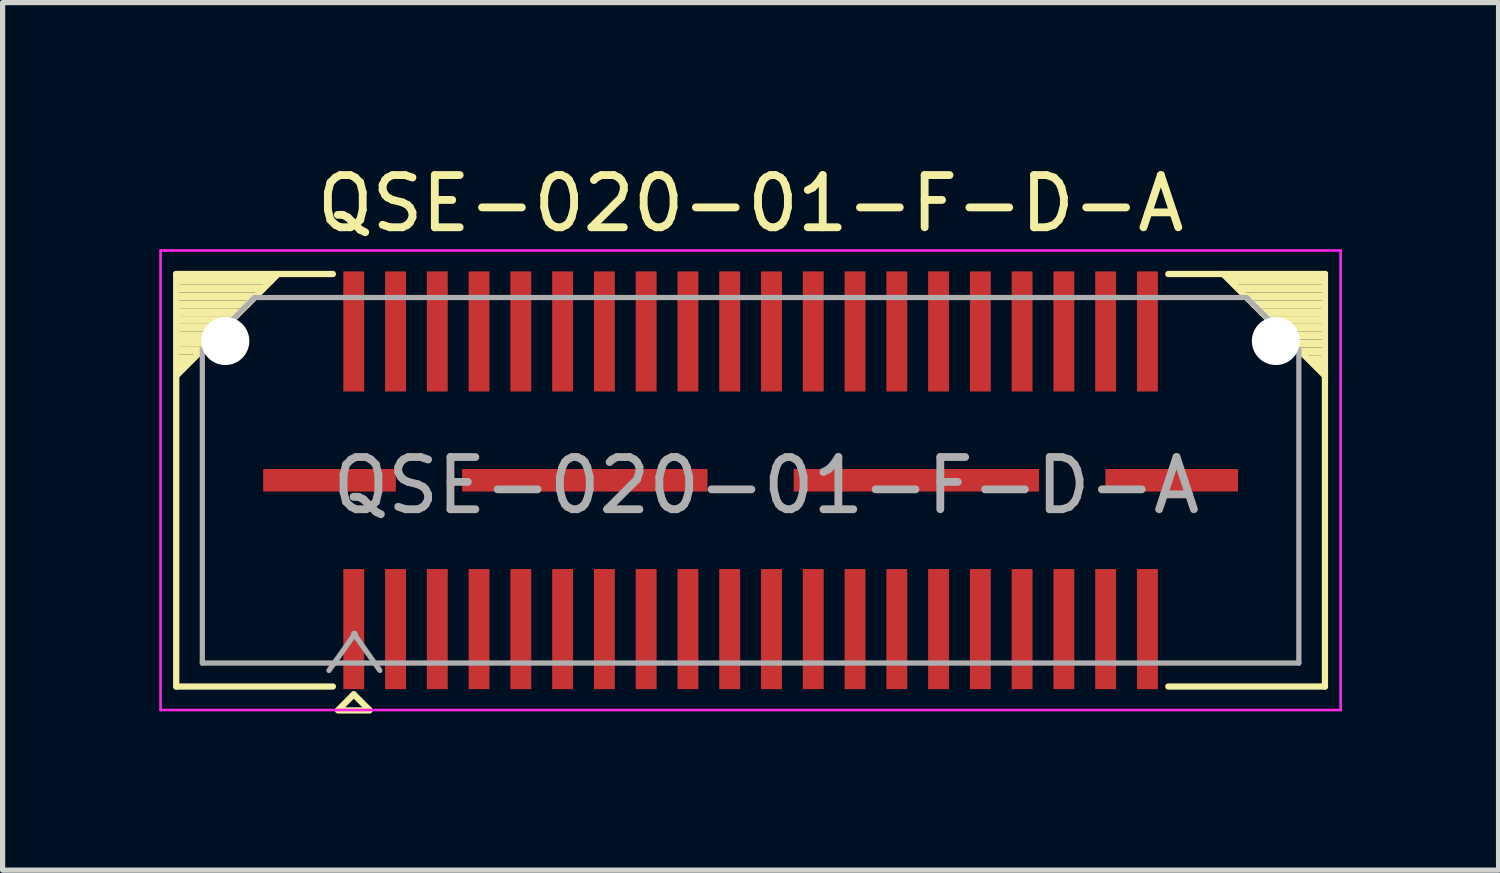
<source format=kicad_pcb>
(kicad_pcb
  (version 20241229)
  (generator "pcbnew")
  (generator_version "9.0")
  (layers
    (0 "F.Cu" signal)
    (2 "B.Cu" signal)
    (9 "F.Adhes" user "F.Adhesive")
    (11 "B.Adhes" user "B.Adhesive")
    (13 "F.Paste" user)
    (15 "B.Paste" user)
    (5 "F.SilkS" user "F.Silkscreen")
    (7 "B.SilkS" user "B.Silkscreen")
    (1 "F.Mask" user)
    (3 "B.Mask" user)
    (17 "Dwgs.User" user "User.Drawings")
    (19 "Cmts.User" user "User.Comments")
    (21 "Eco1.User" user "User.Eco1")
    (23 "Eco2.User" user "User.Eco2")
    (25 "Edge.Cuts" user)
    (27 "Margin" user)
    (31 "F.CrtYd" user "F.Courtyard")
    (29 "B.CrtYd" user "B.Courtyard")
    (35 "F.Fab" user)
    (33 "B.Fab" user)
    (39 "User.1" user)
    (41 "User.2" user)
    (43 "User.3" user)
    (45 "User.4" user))
  (footprint "QSE-020-01-F-D-A"
    (layer "F.Cu")
    (at 11.325 6.148)
    (property "Reference" "QSE-020-01-F-D-A" (at 0 -5.3 0) (layer "F.SilkS") (effects (font (size 1 1) (thickness 0.15))))
    (attr smd)
    (fp_line (start -11 -3.95) (end -11 3.95) (stroke (width 0.12) (type solid)) (layer "F.SilkS"))
    (fp_line (start -11 -2) (end -9.05 -3.95) (stroke (width 0.12) (type solid)) (layer "F.SilkS"))
    (fp_line (start -11 3.95) (end -8 3.95) (stroke (width 0.12) (type solid)) (layer "F.SilkS"))
    (fp_line (start -10.97 -3.22) (end -9.83 -3.22) (stroke (width 0.15) (type solid)) (layer "F.SilkS"))
    (fp_line (start -10.97 -2.77) (end -10.28 -2.77) (stroke (width 0.15) (type solid)) (layer "F.SilkS"))
    (fp_line (start -10.97 -2.33) (end -10.72 -2.33) (stroke (width 0.15) (type solid)) (layer "F.SilkS"))
    (fp_line (start -10.97 -2.19) (end -10.85 -2.19) (stroke (width 0.15) (type solid)) (layer "F.SilkS"))
    (fp_line (start -10.96 -3.52) (end -9.5 -3.52) (stroke (width 0.15) (type solid)) (layer "F.SilkS"))
    (fp_line (start -10.96 -3.37) (end -9.65 -3.37) (stroke (width 0.15) (type solid)) (layer "F.SilkS"))
    (fp_line (start -10.96 -3.07) (end -9.95 -3.07) (stroke (width 0.15) (type solid)) (layer "F.SilkS"))
    (fp_line (start -10.96 -2.92) (end -10.1 -2.92) (stroke (width 0.15) (type solid)) (layer "F.SilkS"))
    (fp_line (start -10.96 -2.63) (end -10.42 -2.63) (stroke (width 0.15) (type solid)) (layer "F.SilkS"))
    (fp_line (start -10.95 -3.82) (end -9.2 -3.82) (stroke (width 0.15) (type solid)) (layer "F.SilkS"))
    (fp_line (start -10.95 -3.67) (end -9.35 -3.67) (stroke (width 0.15) (type solid)) (layer "F.SilkS"))
    (fp_line (start -10.95 -2.48) (end -10.58 -2.48) (stroke (width 0.15) (type solid)) (layer "F.SilkS"))
    (fp_line (start -8 -3.95) (end -11 -3.95) (stroke (width 0.12) (type solid)) (layer "F.SilkS"))
    (fp_line (start -7.9 4.407) (end -7.3 4.407) (stroke (width 0.12) (type solid)) (layer "F.SilkS"))
    (fp_line (start -7.6 4.1) (end -7.9 4.4) (stroke (width 0.12) (type solid)) (layer "F.SilkS"))
    (fp_line (start -7.6 4.1) (end -7.3 4.4) (stroke (width 0.12) (type solid)) (layer "F.SilkS"))
    (fp_line (start 8 -3.95) (end 11 -3.95) (stroke (width 0.12) (type solid)) (layer "F.SilkS"))
    (fp_line (start 9.22 -3.82) (end 10.96 -3.82) (stroke (width 0.15) (type solid)) (layer "F.SilkS"))
    (fp_line (start 9.37 -3.67) (end 10.96 -3.67) (stroke (width 0.15) (type solid)) (layer "F.SilkS"))
    (fp_line (start 10.94 -3.52) (end 9.5 -3.52) (stroke (width 0.15) (type solid)) (layer "F.SilkS"))
    (fp_line (start 10.94 -3.22) (end 9.8 -3.22) (stroke (width 0.15) (type solid)) (layer "F.SilkS"))
    (fp_line (start 10.94 -3.07) (end 9.95 -3.07) (stroke (width 0.15) (type solid)) (layer "F.SilkS"))
    (fp_line (start 10.95 -2.62) (end 10.41 -2.62) (stroke (width 0.15) (type solid)) (layer "F.SilkS"))
    (fp_line (start 10.95 -2.32) (end 10.72 -2.32) (stroke (width 0.15) (type solid)) (layer "F.SilkS"))
    (fp_line (start 10.96 -2.47) (end 10.55 -2.47) (stroke (width 0.15) (type solid)) (layer "F.SilkS"))
    (fp_line (start 10.97 -2.92) (end 10.1 -2.92) (stroke (width 0.15) (type solid)) (layer "F.SilkS"))
    (fp_line (start 10.98 -3.37) (end 9.65 -3.37) (stroke (width 0.15) (type solid)) (layer "F.SilkS"))
    (fp_line (start 10.98 -2.77) (end 10.26 -2.77) (stroke (width 0.15) (type solid)) (layer "F.SilkS"))
    (fp_line (start 10.98 -2.19) (end 10.85 -2.19) (stroke (width 0.15) (type solid)) (layer "F.SilkS"))
    (fp_line (start 11 -3.95) (end 11 3.95) (stroke (width 0.12) (type solid)) (layer "F.SilkS"))
    (fp_line (start 11 -2) (end 9.05 -3.95) (stroke (width 0.12) (type solid)) (layer "F.SilkS"))
    (fp_line (start 11 3.95) (end 8 3.95) (stroke (width 0.12) (type solid)) (layer "F.SilkS"))
    (fp_line (start -11.3 -4.4) (end 11.3 -4.4) (stroke (width 0.05) (type solid)) (layer "F.CrtYd"))
    (fp_line (start -11.3 4.4) (end -11.3 -4.4) (stroke (width 0.05) (type solid)) (layer "F.CrtYd"))
    (fp_line (start -11.3 4.4) (end 11.3 4.4) (stroke (width 0.05) (type solid)) (layer "F.CrtYd"))
    (fp_line (start 11.3 -4.4) (end 11.3 4.4) (stroke (width 0.05) (type solid)) (layer "F.CrtYd"))
    (fp_line (start -10.5 -2.5) (end -10.5 3.5) (stroke (width 0.1) (type solid)) (layer "F.Fab"))
    (fp_line (start -10.5 3.5) (end 10.5 3.5) (stroke (width 0.1) (type solid)) (layer "F.Fab"))
    (fp_line (start -9.5 -3.5) (end -10.5 -2.5) (stroke (width 0.1) (type solid)) (layer "F.Fab"))
    (fp_line (start -9.5 -3.5) (end 9.5 -3.5) (stroke (width 0.1) (type solid)) (layer "F.Fab"))
    (fp_line (start -8.075 3.642) (end -7.575 2.935) (stroke (width 0.1) (type solid)) (layer "F.Fab"))
    (fp_line (start -7.6 2.935) (end -7.1 3.642) (stroke (width 0.1) (type solid)) (layer "F.Fab"))
    (fp_line (start 9.5 -3.5) (end 10.5 -2.5) (stroke (width 0.1) (type solid)) (layer "F.Fab"))
    (fp_line (start 10.5 3.5) (end 10.5 -2.5) (stroke (width 0.1) (type solid)) (layer "F.Fab"))
    (fp_text user "${REFERENCE}" (at 0.3 0.1 0) (layer "F.Fab") (effects (font (size 1 1) (thickness 0.15))))
    (pad "" np_thru_hole circle (at -10.06 -2.667) (size 0.92 0.92) (drill 0.92) (layers "*.Cu" "*.Mask"))
    (pad "" np_thru_hole circle (at 10.06 -2.667) (size 0.92 0.92) (drill 0.92) (layers "*.Cu" "*.Mask"))
    (pad "1" smd rect (at -7.6 2.85) (size 0.4 2.3) (layers "F.Cu" "F.Mask" "F.Paste"))
    (pad "2" smd rect (at -7.6 -2.85) (size 0.4 2.3) (layers "F.Cu" "F.Mask" "F.Paste"))
    (pad "3" smd rect (at -6.8 2.85) (size 0.4 2.3) (layers "F.Cu" "F.Mask" "F.Paste"))
    (pad "4" smd rect (at -6.8 -2.85) (size 0.4 2.3) (layers "F.Cu" "F.Mask" "F.Paste"))
    (pad "5" smd rect (at -6 2.85) (size 0.4 2.3) (layers "F.Cu" "F.Mask" "F.Paste"))
    (pad "6" smd rect (at -6 -2.85) (size 0.4 2.3) (layers "F.Cu" "F.Mask" "F.Paste"))
    (pad "7" smd rect (at -5.2 2.85) (size 0.4 2.3) (layers "F.Cu" "F.Mask" "F.Paste"))
    (pad "8" smd rect (at -5.2 -2.85) (size 0.4 2.3) (layers "F.Cu" "F.Mask" "F.Paste"))
    (pad "9" smd rect (at -4.4 2.85) (size 0.4 2.3) (layers "F.Cu" "F.Mask" "F.Paste"))
    (pad "10" smd rect (at -4.4 -2.85) (size 0.4 2.3) (layers "F.Cu" "F.Mask" "F.Paste"))
    (pad "11" smd rect (at -3.6 2.85) (size 0.4 2.3) (layers "F.Cu" "F.Mask" "F.Paste"))
    (pad "12" smd rect (at -3.6 -2.85) (size 0.4 2.3) (layers "F.Cu" "F.Mask" "F.Paste"))
    (pad "13" smd rect (at -2.8 2.85) (size 0.4 2.3) (layers "F.Cu" "F.Mask" "F.Paste"))
    (pad "14" smd rect (at -2.8 -2.85) (size 0.4 2.3) (layers "F.Cu" "F.Mask" "F.Paste"))
    (pad "15" smd rect (at -2 2.85) (size 0.4 2.3) (layers "F.Cu" "F.Mask" "F.Paste"))
    (pad "16" smd rect (at -2 -2.85) (size 0.4 2.3) (layers "F.Cu" "F.Mask" "F.Paste"))
    (pad "17" smd rect (at -1.2 2.85) (size 0.4 2.3) (layers "F.Cu" "F.Mask" "F.Paste"))
    (pad "18" smd rect (at -1.2 -2.85) (size 0.4 2.3) (layers "F.Cu" "F.Mask" "F.Paste"))
    (pad "19" smd rect (at -0.4 2.85) (size 0.4 2.3) (layers "F.Cu" "F.Mask" "F.Paste"))
    (pad "20" smd rect (at -0.4 -2.85) (size 0.4 2.3) (layers "F.Cu" "F.Mask" "F.Paste"))
    (pad "21" smd rect (at 0.4 2.85) (size 0.4 2.3) (layers "F.Cu" "F.Mask" "F.Paste"))
    (pad "22" smd rect (at 0.4 -2.85) (size 0.4 2.3) (layers "F.Cu" "F.Mask" "F.Paste"))
    (pad "23" smd rect (at 1.2 2.85) (size 0.4 2.3) (layers "F.Cu" "F.Mask" "F.Paste"))
    (pad "24" smd rect (at 1.2 -2.85) (size 0.4 2.3) (layers "F.Cu" "F.Mask" "F.Paste"))
    (pad "25" smd rect (at 2 2.85) (size 0.4 2.3) (layers "F.Cu" "F.Mask" "F.Paste"))
    (pad "26" smd rect (at 2 -2.85) (size 0.4 2.3) (layers "F.Cu" "F.Mask" "F.Paste"))
    (pad "27" smd rect (at 2.8 2.85) (size 0.4 2.3) (layers "F.Cu" "F.Mask" "F.Paste"))
    (pad "28" smd rect (at 2.8 -2.85) (size 0.4 2.3) (layers "F.Cu" "F.Mask" "F.Paste"))
    (pad "29" smd rect (at 3.6 2.85) (size 0.4 2.3) (layers "F.Cu" "F.Mask" "F.Paste"))
    (pad "30" smd rect (at 3.6 -2.85) (size 0.4 2.3) (layers "F.Cu" "F.Mask" "F.Paste"))
    (pad "31" smd rect (at 4.4 2.85) (size 0.4 2.3) (layers "F.Cu" "F.Mask" "F.Paste"))
    (pad "32" smd rect (at 4.4 -2.85) (size 0.4 2.3) (layers "F.Cu" "F.Mask" "F.Paste"))
    (pad "33" smd rect (at 5.2 2.85) (size 0.4 2.3) (layers "F.Cu" "F.Mask" "F.Paste"))
    (pad "34" smd rect (at 5.2 -2.85) (size 0.4 2.3) (layers "F.Cu" "F.Mask" "F.Paste"))
    (pad "35" smd rect (at 6 2.85) (size 0.4 2.3) (layers "F.Cu" "F.Mask" "F.Paste"))
    (pad "36" smd rect (at 6 -2.85) (size 0.4 2.3) (layers "F.Cu" "F.Mask" "F.Paste"))
    (pad "37" smd rect (at 6.8 2.85) (size 0.4 2.3) (layers "F.Cu" "F.Mask" "F.Paste"))
    (pad "38" smd rect (at 6.8 -2.85) (size 0.4 2.3) (layers "F.Cu" "F.Mask" "F.Paste"))
    (pad "39" smd rect (at 7.6 2.85) (size 0.4 2.3) (layers "F.Cu" "F.Mask" "F.Paste"))
    (pad "40" smd rect (at 7.6 -2.85) (size 0.4 2.3) (layers "F.Cu" "F.Mask" "F.Paste"))
    (pad "T1" smd rect (at -8.065 0) (size 2.54 0.432) (layers "F.Cu" "F.Mask" "F.Paste"))
    (pad "T2" smd rect (at -3.175 0) (size 4.7 0.432) (layers "F.Cu" "F.Mask" "F.Paste"))
    (pad "T3" smd rect (at 3.175 0) (size 4.7 0.432) (layers "F.Cu" "F.Mask" "F.Paste"))
    (pad "T4" smd rect (at 8.065 0) (size 2.54 0.432) (layers "F.Cu" "F.Mask" "F.Paste")))
  (gr_rect
    (start -3 -3)
    (end 25.65 13.615)
    (stroke (width 0.1) (type default))
    (fill no)
    (layer "Edge.Cuts")))
</source>
